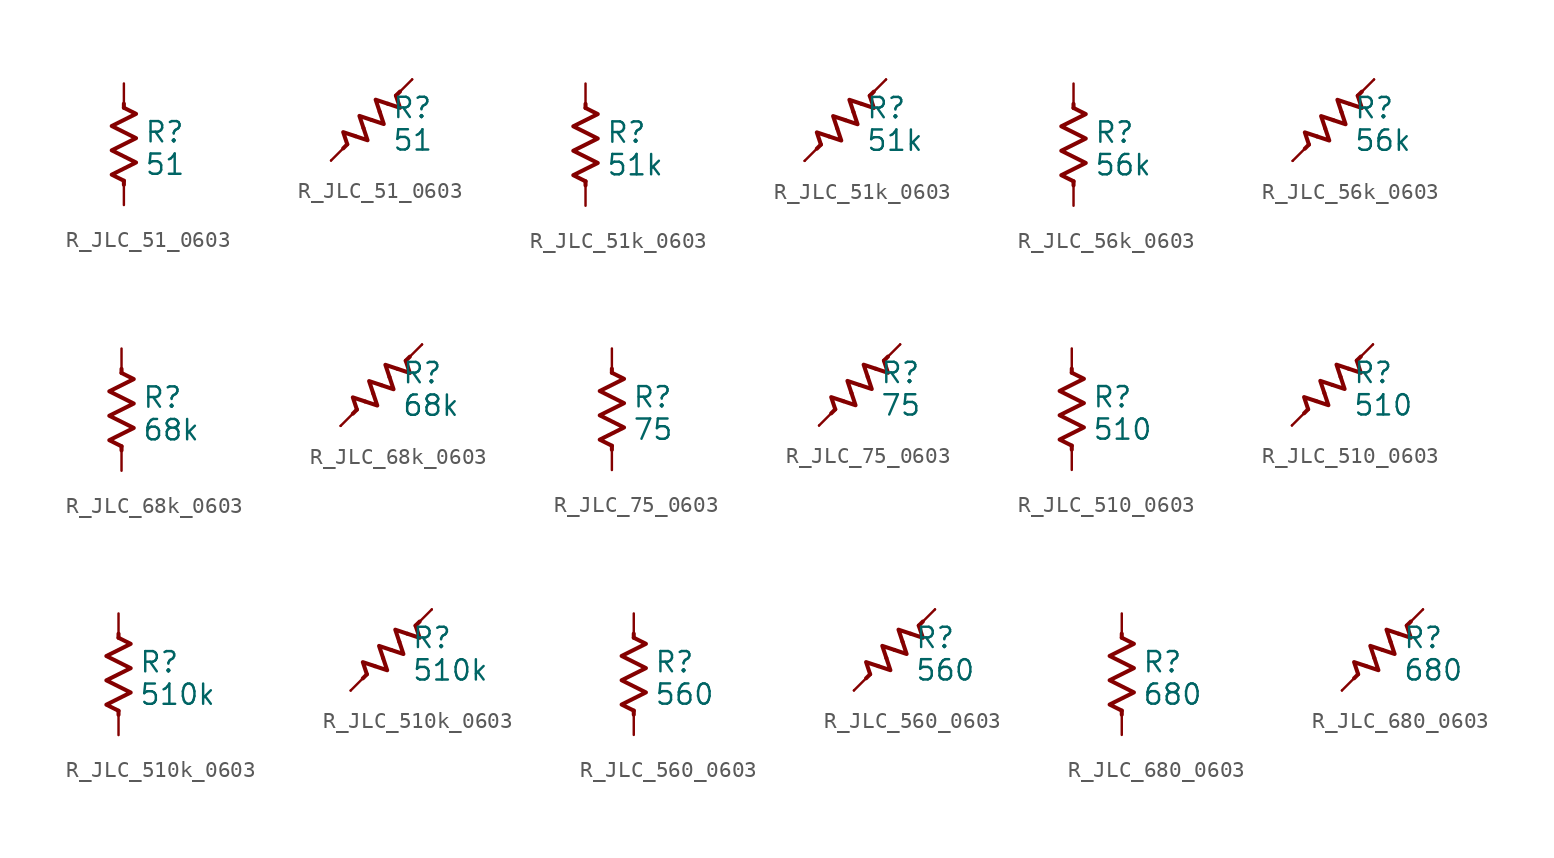
<source format=kicad_sym>
(kicad_symbol_lib
  (version 20231120)
  (generator "kicad_symbol_editor")
  (generator_version "8.0")
  (symbol "R_JLC_51_0603"
    (pin_numbers hide)
    (pin_names
      (offset 0))
    (property "Reference" "R"
      (at 1.27 0.762 0)
      (effects (font (size 1.27 1.27)) (justify left)))
    (property "Value" "51"
      (at 1.27 -1.27 0)
      (effects (font (size 1.27 1.27)) (justify left)))
    (symbol "R_JLC_51_0603_0_1"
      (polyline (pts (xy 0 -2.286) (xy 0 -2.54)) (stroke (width 0.254) (type default)) (fill (type none)))
      (polyline (pts (xy 0 2.286) (xy 0 2.54)) (stroke (width 0.254) (type default)) (fill (type none)))
      (polyline (pts (xy 0 2.286) (xy 0.762 1.905) (xy -0.762 1.143) (xy 0 0.762) (xy 0.762 0.381) (xy 0 0) (xy -0.762 -0.381) (xy 0 -0.762) (xy 0.762 -1.143) (xy 0 -1.524) (xy -0.762 -1.905) (xy 0 -2.286)) (stroke (width 0.254) (type default)) (fill (type none))))
    (symbol "R_JLC_51_0603_0_2"
      (polyline (pts (xy -2.54 -2.54) (xy -1.778 -1.778)) (stroke (width 0) (type default)) (fill (type none)))
      (polyline (pts (xy -1.778 -1.778) (xy -1.524 -1.524)) (stroke (width 0.254) (type default)) (fill (type none)))
      (polyline (pts (xy 1.778 1.778) (xy 1.524 1.524)) (stroke (width 0.254) (type default)) (fill (type none)))
      (polyline (pts (xy 1.778 1.778) (xy 2.54 2.54)) (stroke (width 0) (type default)) (fill (type none)))
      (polyline (pts (xy -1.524 -1.524) (xy -1.778 -0.762) (xy -1.016 -1.016)) (stroke (width 0.254) (type default)) (fill (type none)))
      (polyline (pts (xy -0.508 -0.508) (xy -0.762 0.254) (xy 0 0)) (stroke (width 0.254) (type default)) (fill (type none)))
      (polyline (pts (xy -0.508 -0.508) (xy -0.254 -1.27) (xy -1.016 -1.016)) (stroke (width 0.254) (type default)) (fill (type none)))
      (polyline (pts (xy 0.508 0.508) (xy 0.254 1.27) (xy 1.016 1.016)) (stroke (width 0.254) (type default)) (fill (type none)))
      (polyline (pts (xy 0.508 0.508) (xy 0.762 -0.254) (xy 0 0)) (stroke (width 0.254) (type default)) (fill (type none)))
      (polyline (pts (xy 1.524 1.524) (xy 1.778 0.762) (xy 1.016 1.016)) (stroke (width 0.254) (type default)) (fill (type none))))
    (symbol "R_JLC_51_0603_1_1"
      (pin passive line (at 0 3.81 270) (length 1.27) (name "~" (effects (font (size 1.27 1.27)))) (number "1" (effects (font (size 1.27 1.27)))))
      (pin passive line (at 0 -3.81 90) (length 1.27) (name "~" (effects (font (size 1.27 1.27)))) (number "2" (effects (font (size 1.27 1.27))))))
    (symbol "R_JLC_51_0603_1_2"
      (pin passive line (at 2.54 2.54 180) (length 0) (name "" (effects (font (size 1.27 1.27)))) (number "1" (effects (font (size 1.27 1.27)))))
      (pin passive line (at -2.54 -2.54 0) (length 0) (name "" (effects (font (size 1.27 1.27)))) (number "2" (effects (font (size 1.27 1.27)))))))
  (symbol "R_JLC_51k_0603"
    (pin_numbers hide)
    (pin_names
      (offset 0))
    (property "Reference" "R"
      (at 1.27 0.762 0)
      (effects (font (size 1.27 1.27)) (justify left)))
    (property "Value" "51k"
      (at 1.27 -1.27 0)
      (effects (font (size 1.27 1.27)) (justify left)))
    (symbol "R_JLC_51k_0603_0_1"
      (polyline (pts (xy 0 -2.286) (xy 0 -2.54)) (stroke (width 0.254) (type default)) (fill (type none)))
      (polyline (pts (xy 0 2.286) (xy 0 2.54)) (stroke (width 0.254) (type default)) (fill (type none)))
      (polyline (pts (xy 0 2.286) (xy 0.762 1.905) (xy -0.762 1.143) (xy 0 0.762) (xy 0.762 0.381) (xy 0 0) (xy -0.762 -0.381) (xy 0 -0.762) (xy 0.762 -1.143) (xy 0 -1.524) (xy -0.762 -1.905) (xy 0 -2.286)) (stroke (width 0.254) (type default)) (fill (type none))))
    (symbol "R_JLC_51k_0603_0_2"
      (polyline (pts (xy -2.54 -2.54) (xy -1.778 -1.778)) (stroke (width 0) (type default)) (fill (type none)))
      (polyline (pts (xy -1.778 -1.778) (xy -1.524 -1.524)) (stroke (width 0.254) (type default)) (fill (type none)))
      (polyline (pts (xy 1.778 1.778) (xy 1.524 1.524)) (stroke (width 0.254) (type default)) (fill (type none)))
      (polyline (pts (xy 1.778 1.778) (xy 2.54 2.54)) (stroke (width 0) (type default)) (fill (type none)))
      (polyline (pts (xy -1.524 -1.524) (xy -1.778 -0.762) (xy -1.016 -1.016)) (stroke (width 0.254) (type default)) (fill (type none)))
      (polyline (pts (xy -0.508 -0.508) (xy -0.762 0.254) (xy 0 0)) (stroke (width 0.254) (type default)) (fill (type none)))
      (polyline (pts (xy -0.508 -0.508) (xy -0.254 -1.27) (xy -1.016 -1.016)) (stroke (width 0.254) (type default)) (fill (type none)))
      (polyline (pts (xy 0.508 0.508) (xy 0.254 1.27) (xy 1.016 1.016)) (stroke (width 0.254) (type default)) (fill (type none)))
      (polyline (pts (xy 0.508 0.508) (xy 0.762 -0.254) (xy 0 0)) (stroke (width 0.254) (type default)) (fill (type none)))
      (polyline (pts (xy 1.524 1.524) (xy 1.778 0.762) (xy 1.016 1.016)) (stroke (width 0.254) (type default)) (fill (type none))))
    (symbol "R_JLC_51k_0603_1_1"
      (pin passive line (at 0 3.81 270) (length 1.27) (name "~" (effects (font (size 1.27 1.27)))) (number "1" (effects (font (size 1.27 1.27)))))
      (pin passive line (at 0 -3.81 90) (length 1.27) (name "~" (effects (font (size 1.27 1.27)))) (number "2" (effects (font (size 1.27 1.27))))))
    (symbol "R_JLC_51k_0603_1_2"
      (pin passive line (at 2.54 2.54 180) (length 0) (name "" (effects (font (size 1.27 1.27)))) (number "1" (effects (font (size 1.27 1.27)))))
      (pin passive line (at -2.54 -2.54 0) (length 0) (name "" (effects (font (size 1.27 1.27)))) (number "2" (effects (font (size 1.27 1.27)))))))
  (symbol "R_JLC_56k_0603"
    (pin_numbers hide)
    (pin_names
      (offset 0))
    (property "Reference" "R"
      (at 1.27 0.762 0)
      (effects (font (size 1.27 1.27)) (justify left)))
    (property "Value" "56k"
      (at 1.27 -1.27 0)
      (effects (font (size 1.27 1.27)) (justify left)))
    (symbol "R_JLC_56k_0603_0_1"
      (polyline (pts (xy 0 -2.286) (xy 0 -2.54)) (stroke (width 0.254) (type default)) (fill (type none)))
      (polyline (pts (xy 0 2.286) (xy 0 2.54)) (stroke (width 0.254) (type default)) (fill (type none)))
      (polyline (pts (xy 0 2.286) (xy 0.762 1.905) (xy -0.762 1.143) (xy 0 0.762) (xy 0.762 0.381) (xy 0 0) (xy -0.762 -0.381) (xy 0 -0.762) (xy 0.762 -1.143) (xy 0 -1.524) (xy -0.762 -1.905) (xy 0 -2.286)) (stroke (width 0.254) (type default)) (fill (type none))))
    (symbol "R_JLC_56k_0603_0_2"
      (polyline (pts (xy -2.54 -2.54) (xy -1.778 -1.778)) (stroke (width 0) (type default)) (fill (type none)))
      (polyline (pts (xy -1.778 -1.778) (xy -1.524 -1.524)) (stroke (width 0.254) (type default)) (fill (type none)))
      (polyline (pts (xy 1.778 1.778) (xy 1.524 1.524)) (stroke (width 0.254) (type default)) (fill (type none)))
      (polyline (pts (xy 1.778 1.778) (xy 2.54 2.54)) (stroke (width 0) (type default)) (fill (type none)))
      (polyline (pts (xy -1.524 -1.524) (xy -1.778 -0.762) (xy -1.016 -1.016)) (stroke (width 0.254) (type default)) (fill (type none)))
      (polyline (pts (xy -0.508 -0.508) (xy -0.762 0.254) (xy 0 0)) (stroke (width 0.254) (type default)) (fill (type none)))
      (polyline (pts (xy -0.508 -0.508) (xy -0.254 -1.27) (xy -1.016 -1.016)) (stroke (width 0.254) (type default)) (fill (type none)))
      (polyline (pts (xy 0.508 0.508) (xy 0.254 1.27) (xy 1.016 1.016)) (stroke (width 0.254) (type default)) (fill (type none)))
      (polyline (pts (xy 0.508 0.508) (xy 0.762 -0.254) (xy 0 0)) (stroke (width 0.254) (type default)) (fill (type none)))
      (polyline (pts (xy 1.524 1.524) (xy 1.778 0.762) (xy 1.016 1.016)) (stroke (width 0.254) (type default)) (fill (type none))))
    (symbol "R_JLC_56k_0603_1_1"
      (pin passive line (at 0 3.81 270) (length 1.27) (name "~" (effects (font (size 1.27 1.27)))) (number "1" (effects (font (size 1.27 1.27)))))
      (pin passive line (at 0 -3.81 90) (length 1.27) (name "~" (effects (font (size 1.27 1.27)))) (number "2" (effects (font (size 1.27 1.27))))))
    (symbol "R_JLC_56k_0603_1_2"
      (pin passive line (at 2.54 2.54 180) (length 0) (name "" (effects (font (size 1.27 1.27)))) (number "1" (effects (font (size 1.27 1.27)))))
      (pin passive line (at -2.54 -2.54 0) (length 0) (name "" (effects (font (size 1.27 1.27)))) (number "2" (effects (font (size 1.27 1.27)))))))
  (symbol "R_JLC_68k_0603"
    (pin_numbers hide)
    (pin_names
      (offset 0))
    (property "Reference" "R"
      (at 1.27 0.762 0)
      (effects (font (size 1.27 1.27)) (justify left)))
    (property "Value" "68k"
      (at 1.27 -1.27 0)
      (effects (font (size 1.27 1.27)) (justify left)))
    (symbol "R_JLC_68k_0603_0_1"
      (polyline (pts (xy 0 -2.286) (xy 0 -2.54)) (stroke (width 0.254) (type default)) (fill (type none)))
      (polyline (pts (xy 0 2.286) (xy 0 2.54)) (stroke (width 0.254) (type default)) (fill (type none)))
      (polyline (pts (xy 0 2.286) (xy 0.762 1.905) (xy -0.762 1.143) (xy 0 0.762) (xy 0.762 0.381) (xy 0 0) (xy -0.762 -0.381) (xy 0 -0.762) (xy 0.762 -1.143) (xy 0 -1.524) (xy -0.762 -1.905) (xy 0 -2.286)) (stroke (width 0.254) (type default)) (fill (type none))))
    (symbol "R_JLC_68k_0603_0_2"
      (polyline (pts (xy -2.54 -2.54) (xy -1.778 -1.778)) (stroke (width 0) (type default)) (fill (type none)))
      (polyline (pts (xy -1.778 -1.778) (xy -1.524 -1.524)) (stroke (width 0.254) (type default)) (fill (type none)))
      (polyline (pts (xy 1.778 1.778) (xy 1.524 1.524)) (stroke (width 0.254) (type default)) (fill (type none)))
      (polyline (pts (xy 1.778 1.778) (xy 2.54 2.54)) (stroke (width 0) (type default)) (fill (type none)))
      (polyline (pts (xy -1.524 -1.524) (xy -1.778 -0.762) (xy -1.016 -1.016)) (stroke (width 0.254) (type default)) (fill (type none)))
      (polyline (pts (xy -0.508 -0.508) (xy -0.762 0.254) (xy 0 0)) (stroke (width 0.254) (type default)) (fill (type none)))
      (polyline (pts (xy -0.508 -0.508) (xy -0.254 -1.27) (xy -1.016 -1.016)) (stroke (width 0.254) (type default)) (fill (type none)))
      (polyline (pts (xy 0.508 0.508) (xy 0.254 1.27) (xy 1.016 1.016)) (stroke (width 0.254) (type default)) (fill (type none)))
      (polyline (pts (xy 0.508 0.508) (xy 0.762 -0.254) (xy 0 0)) (stroke (width 0.254) (type default)) (fill (type none)))
      (polyline (pts (xy 1.524 1.524) (xy 1.778 0.762) (xy 1.016 1.016)) (stroke (width 0.254) (type default)) (fill (type none))))
    (symbol "R_JLC_68k_0603_1_1"
      (pin passive line (at 0 3.81 270) (length 1.27) (name "~" (effects (font (size 1.27 1.27)))) (number "1" (effects (font (size 1.27 1.27)))))
      (pin passive line (at 0 -3.81 90) (length 1.27) (name "~" (effects (font (size 1.27 1.27)))) (number "2" (effects (font (size 1.27 1.27))))))
    (symbol "R_JLC_68k_0603_1_2"
      (pin passive line (at 2.54 2.54 180) (length 0) (name "" (effects (font (size 1.27 1.27)))) (number "1" (effects (font (size 1.27 1.27)))))
      (pin passive line (at -2.54 -2.54 0) (length 0) (name "" (effects (font (size 1.27 1.27)))) (number "2" (effects (font (size 1.27 1.27)))))))
  (symbol "R_JLC_75_0603"
    (pin_numbers hide)
    (pin_names
      (offset 0))
    (property "Reference" "R"
      (at 1.27 0.762 0)
      (effects (font (size 1.27 1.27)) (justify left)))
    (property "Value" "75"
      (at 1.27 -1.27 0)
      (effects (font (size 1.27 1.27)) (justify left)))
    (symbol "R_JLC_75_0603_0_1"
      (polyline (pts (xy 0 -2.286) (xy 0 -2.54)) (stroke (width 0.254) (type default)) (fill (type none)))
      (polyline (pts (xy 0 2.286) (xy 0 2.54)) (stroke (width 0.254) (type default)) (fill (type none)))
      (polyline (pts (xy 0 2.286) (xy 0.762 1.905) (xy -0.762 1.143) (xy 0 0.762) (xy 0.762 0.381) (xy 0 0) (xy -0.762 -0.381) (xy 0 -0.762) (xy 0.762 -1.143) (xy 0 -1.524) (xy -0.762 -1.905) (xy 0 -2.286)) (stroke (width 0.254) (type default)) (fill (type none))))
    (symbol "R_JLC_75_0603_0_2"
      (polyline (pts (xy -2.54 -2.54) (xy -1.778 -1.778)) (stroke (width 0) (type default)) (fill (type none)))
      (polyline (pts (xy -1.778 -1.778) (xy -1.524 -1.524)) (stroke (width 0.254) (type default)) (fill (type none)))
      (polyline (pts (xy 1.778 1.778) (xy 1.524 1.524)) (stroke (width 0.254) (type default)) (fill (type none)))
      (polyline (pts (xy 1.778 1.778) (xy 2.54 2.54)) (stroke (width 0) (type default)) (fill (type none)))
      (polyline (pts (xy -1.524 -1.524) (xy -1.778 -0.762) (xy -1.016 -1.016)) (stroke (width 0.254) (type default)) (fill (type none)))
      (polyline (pts (xy -0.508 -0.508) (xy -0.762 0.254) (xy 0 0)) (stroke (width 0.254) (type default)) (fill (type none)))
      (polyline (pts (xy -0.508 -0.508) (xy -0.254 -1.27) (xy -1.016 -1.016)) (stroke (width 0.254) (type default)) (fill (type none)))
      (polyline (pts (xy 0.508 0.508) (xy 0.254 1.27) (xy 1.016 1.016)) (stroke (width 0.254) (type default)) (fill (type none)))
      (polyline (pts (xy 0.508 0.508) (xy 0.762 -0.254) (xy 0 0)) (stroke (width 0.254) (type default)) (fill (type none)))
      (polyline (pts (xy 1.524 1.524) (xy 1.778 0.762) (xy 1.016 1.016)) (stroke (width 0.254) (type default)) (fill (type none))))
    (symbol "R_JLC_75_0603_1_1"
      (pin passive line (at 0 3.81 270) (length 1.27) (name "~" (effects (font (size 1.27 1.27)))) (number "1" (effects (font (size 1.27 1.27)))))
      (pin passive line (at 0 -3.81 90) (length 1.27) (name "~" (effects (font (size 1.27 1.27)))) (number "2" (effects (font (size 1.27 1.27))))))
    (symbol "R_JLC_75_0603_1_2"
      (pin passive line (at 2.54 2.54 180) (length 0) (name "" (effects (font (size 1.27 1.27)))) (number "1" (effects (font (size 1.27 1.27)))))
      (pin passive line (at -2.54 -2.54 0) (length 0) (name "" (effects (font (size 1.27 1.27)))) (number "2" (effects (font (size 1.27 1.27)))))))
  (symbol "R_JLC_510_0603"
    (pin_numbers hide)
    (pin_names
      (offset 0))
    (property "Reference" "R"
      (at 1.27 0.762 0)
      (effects (font (size 1.27 1.27)) (justify left)))
    (property "Value" "510"
      (at 1.27 -1.27 0)
      (effects (font (size 1.27 1.27)) (justify left)))
    (symbol "R_JLC_510_0603_0_1"
      (polyline (pts (xy 0 -2.286) (xy 0 -2.54)) (stroke (width 0.254) (type default)) (fill (type none)))
      (polyline (pts (xy 0 2.286) (xy 0 2.54)) (stroke (width 0.254) (type default)) (fill (type none)))
      (polyline (pts (xy 0 2.286) (xy 0.762 1.905) (xy -0.762 1.143) (xy 0 0.762) (xy 0.762 0.381) (xy 0 0) (xy -0.762 -0.381) (xy 0 -0.762) (xy 0.762 -1.143) (xy 0 -1.524) (xy -0.762 -1.905) (xy 0 -2.286)) (stroke (width 0.254) (type default)) (fill (type none))))
    (symbol "R_JLC_510_0603_0_2"
      (polyline (pts (xy -2.54 -2.54) (xy -1.778 -1.778)) (stroke (width 0) (type default)) (fill (type none)))
      (polyline (pts (xy -1.778 -1.778) (xy -1.524 -1.524)) (stroke (width 0.254) (type default)) (fill (type none)))
      (polyline (pts (xy 1.778 1.778) (xy 1.524 1.524)) (stroke (width 0.254) (type default)) (fill (type none)))
      (polyline (pts (xy 1.778 1.778) (xy 2.54 2.54)) (stroke (width 0) (type default)) (fill (type none)))
      (polyline (pts (xy -1.524 -1.524) (xy -1.778 -0.762) (xy -1.016 -1.016)) (stroke (width 0.254) (type default)) (fill (type none)))
      (polyline (pts (xy -0.508 -0.508) (xy -0.762 0.254) (xy 0 0)) (stroke (width 0.254) (type default)) (fill (type none)))
      (polyline (pts (xy -0.508 -0.508) (xy -0.254 -1.27) (xy -1.016 -1.016)) (stroke (width 0.254) (type default)) (fill (type none)))
      (polyline (pts (xy 0.508 0.508) (xy 0.254 1.27) (xy 1.016 1.016)) (stroke (width 0.254) (type default)) (fill (type none)))
      (polyline (pts (xy 0.508 0.508) (xy 0.762 -0.254) (xy 0 0)) (stroke (width 0.254) (type default)) (fill (type none)))
      (polyline (pts (xy 1.524 1.524) (xy 1.778 0.762) (xy 1.016 1.016)) (stroke (width 0.254) (type default)) (fill (type none))))
    (symbol "R_JLC_510_0603_1_1"
      (pin passive line (at 0 3.81 270) (length 1.27) (name "~" (effects (font (size 1.27 1.27)))) (number "1" (effects (font (size 1.27 1.27)))))
      (pin passive line (at 0 -3.81 90) (length 1.27) (name "~" (effects (font (size 1.27 1.27)))) (number "2" (effects (font (size 1.27 1.27))))))
    (symbol "R_JLC_510_0603_1_2"
      (pin passive line (at 2.54 2.54 180) (length 0) (name "" (effects (font (size 1.27 1.27)))) (number "1" (effects (font (size 1.27 1.27)))))
      (pin passive line (at -2.54 -2.54 0) (length 0) (name "" (effects (font (size 1.27 1.27)))) (number "2" (effects (font (size 1.27 1.27)))))))
  (symbol "R_JLC_510k_0603"
    (pin_numbers hide)
    (pin_names
      (offset 0))
    (property "Reference" "R"
      (at 1.27 0.762 0)
      (effects (font (size 1.27 1.27)) (justify left)))
    (property "Value" "510k"
      (at 1.27 -1.27 0)
      (effects (font (size 1.27 1.27)) (justify left)))
    (symbol "R_JLC_510k_0603_0_1"
      (polyline (pts (xy 0 -2.286) (xy 0 -2.54)) (stroke (width 0.254) (type default)) (fill (type none)))
      (polyline (pts (xy 0 2.286) (xy 0 2.54)) (stroke (width 0.254) (type default)) (fill (type none)))
      (polyline (pts (xy 0 2.286) (xy 0.762 1.905) (xy -0.762 1.143) (xy 0 0.762) (xy 0.762 0.381) (xy 0 0) (xy -0.762 -0.381) (xy 0 -0.762) (xy 0.762 -1.143) (xy 0 -1.524) (xy -0.762 -1.905) (xy 0 -2.286)) (stroke (width 0.254) (type default)) (fill (type none))))
    (symbol "R_JLC_510k_0603_0_2"
      (polyline (pts (xy -2.54 -2.54) (xy -1.778 -1.778)) (stroke (width 0) (type default)) (fill (type none)))
      (polyline (pts (xy -1.778 -1.778) (xy -1.524 -1.524)) (stroke (width 0.254) (type default)) (fill (type none)))
      (polyline (pts (xy 1.778 1.778) (xy 1.524 1.524)) (stroke (width 0.254) (type default)) (fill (type none)))
      (polyline (pts (xy 1.778 1.778) (xy 2.54 2.54)) (stroke (width 0) (type default)) (fill (type none)))
      (polyline (pts (xy -1.524 -1.524) (xy -1.778 -0.762) (xy -1.016 -1.016)) (stroke (width 0.254) (type default)) (fill (type none)))
      (polyline (pts (xy -0.508 -0.508) (xy -0.762 0.254) (xy 0 0)) (stroke (width 0.254) (type default)) (fill (type none)))
      (polyline (pts (xy -0.508 -0.508) (xy -0.254 -1.27) (xy -1.016 -1.016)) (stroke (width 0.254) (type default)) (fill (type none)))
      (polyline (pts (xy 0.508 0.508) (xy 0.254 1.27) (xy 1.016 1.016)) (stroke (width 0.254) (type default)) (fill (type none)))
      (polyline (pts (xy 0.508 0.508) (xy 0.762 -0.254) (xy 0 0)) (stroke (width 0.254) (type default)) (fill (type none)))
      (polyline (pts (xy 1.524 1.524) (xy 1.778 0.762) (xy 1.016 1.016)) (stroke (width 0.254) (type default)) (fill (type none))))
    (symbol "R_JLC_510k_0603_1_1"
      (pin passive line (at 0 3.81 270) (length 1.27) (name "~" (effects (font (size 1.27 1.27)))) (number "1" (effects (font (size 1.27 1.27)))))
      (pin passive line (at 0 -3.81 90) (length 1.27) (name "~" (effects (font (size 1.27 1.27)))) (number "2" (effects (font (size 1.27 1.27))))))
    (symbol "R_JLC_510k_0603_1_2"
      (pin passive line (at 2.54 2.54 180) (length 0) (name "" (effects (font (size 1.27 1.27)))) (number "1" (effects (font (size 1.27 1.27)))))
      (pin passive line (at -2.54 -2.54 0) (length 0) (name "" (effects (font (size 1.27 1.27)))) (number "2" (effects (font (size 1.27 1.27)))))))
  (symbol "R_JLC_560_0603"
    (pin_numbers hide)
    (pin_names
      (offset 0))
    (property "Reference" "R"
      (at 1.27 0.762 0)
      (effects (font (size 1.27 1.27)) (justify left)))
    (property "Value" "560"
      (at 1.27 -1.27 0)
      (effects (font (size 1.27 1.27)) (justify left)))
    (symbol "R_JLC_560_0603_0_1"
      (polyline (pts (xy 0 -2.286) (xy 0 -2.54)) (stroke (width 0.254) (type default)) (fill (type none)))
      (polyline (pts (xy 0 2.286) (xy 0 2.54)) (stroke (width 0.254) (type default)) (fill (type none)))
      (polyline (pts (xy 0 2.286) (xy 0.762 1.905) (xy -0.762 1.143) (xy 0 0.762) (xy 0.762 0.381) (xy 0 0) (xy -0.762 -0.381) (xy 0 -0.762) (xy 0.762 -1.143) (xy 0 -1.524) (xy -0.762 -1.905) (xy 0 -2.286)) (stroke (width 0.254) (type default)) (fill (type none))))
    (symbol "R_JLC_560_0603_0_2"
      (polyline (pts (xy -2.54 -2.54) (xy -1.778 -1.778)) (stroke (width 0) (type default)) (fill (type none)))
      (polyline (pts (xy -1.778 -1.778) (xy -1.524 -1.524)) (stroke (width 0.254) (type default)) (fill (type none)))
      (polyline (pts (xy 1.778 1.778) (xy 1.524 1.524)) (stroke (width 0.254) (type default)) (fill (type none)))
      (polyline (pts (xy 1.778 1.778) (xy 2.54 2.54)) (stroke (width 0) (type default)) (fill (type none)))
      (polyline (pts (xy -1.524 -1.524) (xy -1.778 -0.762) (xy -1.016 -1.016)) (stroke (width 0.254) (type default)) (fill (type none)))
      (polyline (pts (xy -0.508 -0.508) (xy -0.762 0.254) (xy 0 0)) (stroke (width 0.254) (type default)) (fill (type none)))
      (polyline (pts (xy -0.508 -0.508) (xy -0.254 -1.27) (xy -1.016 -1.016)) (stroke (width 0.254) (type default)) (fill (type none)))
      (polyline (pts (xy 0.508 0.508) (xy 0.254 1.27) (xy 1.016 1.016)) (stroke (width 0.254) (type default)) (fill (type none)))
      (polyline (pts (xy 0.508 0.508) (xy 0.762 -0.254) (xy 0 0)) (stroke (width 0.254) (type default)) (fill (type none)))
      (polyline (pts (xy 1.524 1.524) (xy 1.778 0.762) (xy 1.016 1.016)) (stroke (width 0.254) (type default)) (fill (type none))))
    (symbol "R_JLC_560_0603_1_1"
      (pin passive line (at 0 3.81 270) (length 1.27) (name "~" (effects (font (size 1.27 1.27)))) (number "1" (effects (font (size 1.27 1.27)))))
      (pin passive line (at 0 -3.81 90) (length 1.27) (name "~" (effects (font (size 1.27 1.27)))) (number "2" (effects (font (size 1.27 1.27))))))
    (symbol "R_JLC_560_0603_1_2"
      (pin passive line (at 2.54 2.54 180) (length 0) (name "" (effects (font (size 1.27 1.27)))) (number "1" (effects (font (size 1.27 1.27)))))
      (pin passive line (at -2.54 -2.54 0) (length 0) (name "" (effects (font (size 1.27 1.27)))) (number "2" (effects (font (size 1.27 1.27)))))))
  (symbol "R_JLC_680_0603"
    (pin_numbers hide)
    (pin_names
      (offset 0))
    (property "Reference" "R"
      (at 1.27 0.762 0)
      (effects (font (size 1.27 1.27)) (justify left)))
    (property "Value" "680"
      (at 1.27 -1.27 0)
      (effects (font (size 1.27 1.27)) (justify left)))
    (symbol "R_JLC_680_0603_0_1"
      (polyline (pts (xy 0 -2.286) (xy 0 -2.54)) (stroke (width 0.254) (type default)) (fill (type none)))
      (polyline (pts (xy 0 2.286) (xy 0 2.54)) (stroke (width 0.254) (type default)) (fill (type none)))
      (polyline (pts (xy 0 2.286) (xy 0.762 1.905) (xy -0.762 1.143) (xy 0 0.762) (xy 0.762 0.381) (xy 0 0) (xy -0.762 -0.381) (xy 0 -0.762) (xy 0.762 -1.143) (xy 0 -1.524) (xy -0.762 -1.905) (xy 0 -2.286)) (stroke (width 0.254) (type default)) (fill (type none))))
    (symbol "R_JLC_680_0603_0_2"
      (polyline (pts (xy -2.54 -2.54) (xy -1.778 -1.778)) (stroke (width 0) (type default)) (fill (type none)))
      (polyline (pts (xy -1.778 -1.778) (xy -1.524 -1.524)) (stroke (width 0.254) (type default)) (fill (type none)))
      (polyline (pts (xy 1.778 1.778) (xy 1.524 1.524)) (stroke (width 0.254) (type default)) (fill (type none)))
      (polyline (pts (xy 1.778 1.778) (xy 2.54 2.54)) (stroke (width 0) (type default)) (fill (type none)))
      (polyline (pts (xy -1.524 -1.524) (xy -1.778 -0.762) (xy -1.016 -1.016)) (stroke (width 0.254) (type default)) (fill (type none)))
      (polyline (pts (xy -0.508 -0.508) (xy -0.762 0.254) (xy 0 0)) (stroke (width 0.254) (type default)) (fill (type none)))
      (polyline (pts (xy -0.508 -0.508) (xy -0.254 -1.27) (xy -1.016 -1.016)) (stroke (width 0.254) (type default)) (fill (type none)))
      (polyline (pts (xy 0.508 0.508) (xy 0.254 1.27) (xy 1.016 1.016)) (stroke (width 0.254) (type default)) (fill (type none)))
      (polyline (pts (xy 0.508 0.508) (xy 0.762 -0.254) (xy 0 0)) (stroke (width 0.254) (type default)) (fill (type none)))
      (polyline (pts (xy 1.524 1.524) (xy 1.778 0.762) (xy 1.016 1.016)) (stroke (width 0.254) (type default)) (fill (type none))))
    (symbol "R_JLC_680_0603_1_1"
      (pin passive line (at 0 3.81 270) (length 1.27) (name "~" (effects (font (size 1.27 1.27)))) (number "1" (effects (font (size 1.27 1.27)))))
      (pin passive line (at 0 -3.81 90) (length 1.27) (name "~" (effects (font (size 1.27 1.27)))) (number "2" (effects (font (size 1.27 1.27))))))
    (symbol "R_JLC_680_0603_1_2"
      (pin passive line (at 2.54 2.54 180) (length 0) (name "" (effects (font (size 1.27 1.27)))) (number "1" (effects (font (size 1.27 1.27)))))
      (pin passive line (at -2.54 -2.54 0) (length 0) (name "" (effects (font (size 1.27 1.27)))) (number "2" (effects (font (size 1.27 1.27))))))))
</source>
